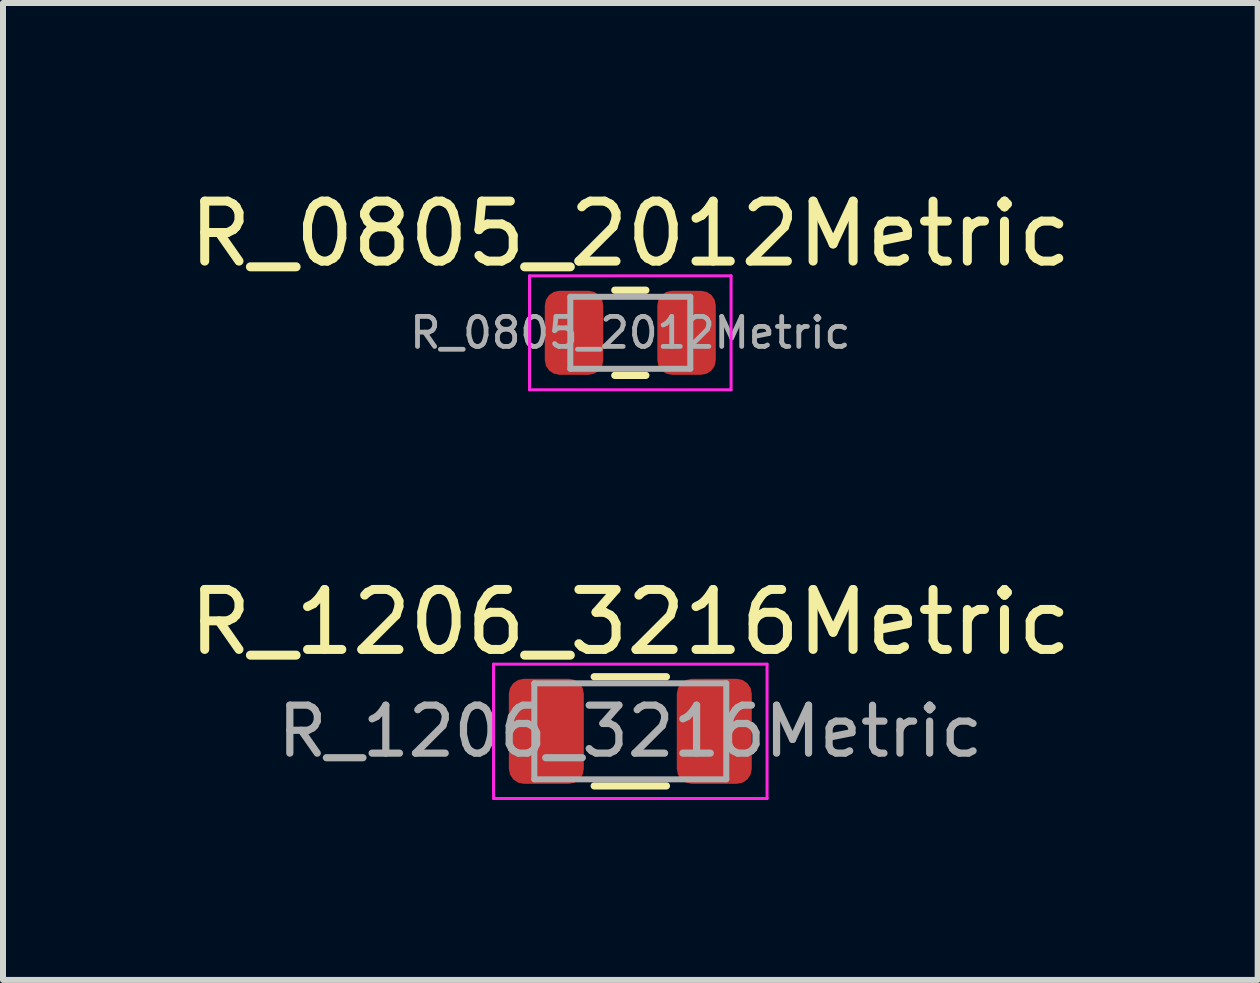
<source format=kicad_pcb>
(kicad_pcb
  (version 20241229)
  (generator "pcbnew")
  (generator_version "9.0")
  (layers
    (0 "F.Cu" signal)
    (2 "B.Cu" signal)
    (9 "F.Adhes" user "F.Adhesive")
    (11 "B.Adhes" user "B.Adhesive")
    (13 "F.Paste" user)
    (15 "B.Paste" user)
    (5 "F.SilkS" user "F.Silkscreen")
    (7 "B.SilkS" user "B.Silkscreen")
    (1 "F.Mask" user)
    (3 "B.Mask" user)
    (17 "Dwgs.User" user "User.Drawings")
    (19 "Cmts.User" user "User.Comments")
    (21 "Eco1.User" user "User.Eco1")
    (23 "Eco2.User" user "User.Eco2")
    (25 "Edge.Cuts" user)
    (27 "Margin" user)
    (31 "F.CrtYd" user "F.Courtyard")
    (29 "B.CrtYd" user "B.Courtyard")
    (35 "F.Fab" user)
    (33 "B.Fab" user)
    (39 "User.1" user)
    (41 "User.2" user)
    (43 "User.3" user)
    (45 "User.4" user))
  (footprint "R_0805_2012Metric"
    (layer "F.Cu")
    (at 7.458 2.498)
    (property "Reference" "R_0805_2012Metric" (at 0 -1.65 0) (layer "F.SilkS") (effects (font (size 1 1) (thickness 0.15))))
    (attr smd)
    (fp_line (start -0.259 -0.71) (end 0.259 -0.71) (stroke (width 0.12) (type solid)) (layer "F.SilkS"))
    (fp_line (start -0.259 0.71) (end 0.259 0.71) (stroke (width 0.12) (type solid)) (layer "F.SilkS"))
    (fp_line (start -1.68 -0.95) (end 1.68 -0.95) (stroke (width 0.05) (type solid)) (layer "F.CrtYd"))
    (fp_line (start -1.68 0.95) (end -1.68 -0.95) (stroke (width 0.05) (type solid)) (layer "F.CrtYd"))
    (fp_line (start 1.68 -0.95) (end 1.68 0.95) (stroke (width 0.05) (type solid)) (layer "F.CrtYd"))
    (fp_line (start 1.68 0.95) (end -1.68 0.95) (stroke (width 0.05) (type solid)) (layer "F.CrtYd"))
    (fp_line (start -1 -0.6) (end 1 -0.6) (stroke (width 0.1) (type solid)) (layer "F.Fab"))
    (fp_line (start -1 0.6) (end -1 -0.6) (stroke (width 0.1) (type solid)) (layer "F.Fab"))
    (fp_line (start 1 -0.6) (end 1 0.6) (stroke (width 0.1) (type solid)) (layer "F.Fab"))
    (fp_line (start 1 0.6) (end -1 0.6) (stroke (width 0.1) (type solid)) (layer "F.Fab"))
    (fp_text user "${REFERENCE}" (at 0 0 0) (layer "F.Fab") (effects (font (size 0.5 0.5) (thickness 0.08))))
    (pad "1" smd roundrect (at -0.938 0) (size 0.975 1.4) (layers "F.Cu" "F.Mask" "F.Paste") (roundrect_rratio 0.25))
    (pad "2" smd roundrect (at 0.938 0) (size 0.975 1.4) (layers "F.Cu" "F.Mask" "F.Paste") (roundrect_rratio 0.25)))
  (footprint "R_1206_3216Metric"
    (layer "F.Cu")
    (at 7.458 9.142)
    (property "Reference" "R_1206_3216Metric" (at 0 -1.82 0) (layer "F.SilkS") (effects (font (size 1 1) (thickness 0.15))))
    (attr smd)
    (fp_line (start -0.602 -0.91) (end 0.602 -0.91) (stroke (width 0.12) (type solid)) (layer "F.SilkS"))
    (fp_line (start -0.602 0.91) (end 0.602 0.91) (stroke (width 0.12) (type solid)) (layer "F.SilkS"))
    (fp_line (start -2.28 -1.12) (end 2.28 -1.12) (stroke (width 0.05) (type solid)) (layer "F.CrtYd"))
    (fp_line (start -2.28 1.12) (end -2.28 -1.12) (stroke (width 0.05) (type solid)) (layer "F.CrtYd"))
    (fp_line (start 2.28 -1.12) (end 2.28 1.12) (stroke (width 0.05) (type solid)) (layer "F.CrtYd"))
    (fp_line (start 2.28 1.12) (end -2.28 1.12) (stroke (width 0.05) (type solid)) (layer "F.CrtYd"))
    (fp_line (start -1.6 -0.8) (end 1.6 -0.8) (stroke (width 0.1) (type solid)) (layer "F.Fab"))
    (fp_line (start -1.6 0.8) (end -1.6 -0.8) (stroke (width 0.1) (type solid)) (layer "F.Fab"))
    (fp_line (start 1.6 -0.8) (end 1.6 0.8) (stroke (width 0.1) (type solid)) (layer "F.Fab"))
    (fp_line (start 1.6 0.8) (end -1.6 0.8) (stroke (width 0.1) (type solid)) (layer "F.Fab"))
    (fp_text user "${REFERENCE}" (at 0 0 0) (layer "F.Fab") (effects (font (size 0.8 0.8) (thickness 0.12))))
    (pad "1" smd roundrect (at -1.4 0) (size 1.25 1.75) (layers "F.Cu" "F.Mask" "F.Paste") (roundrect_rratio 0.2))
    (pad "2" smd roundrect (at 1.4 0) (size 1.25 1.75) (layers "F.Cu" "F.Mask" "F.Paste") (roundrect_rratio 0.2)))
  (gr_rect
    (start -3 -3)
    (end 17.917 13.287)
    (stroke (width 0.1) (type default))
    (fill no)
    (layer "Edge.Cuts")))
</source>
